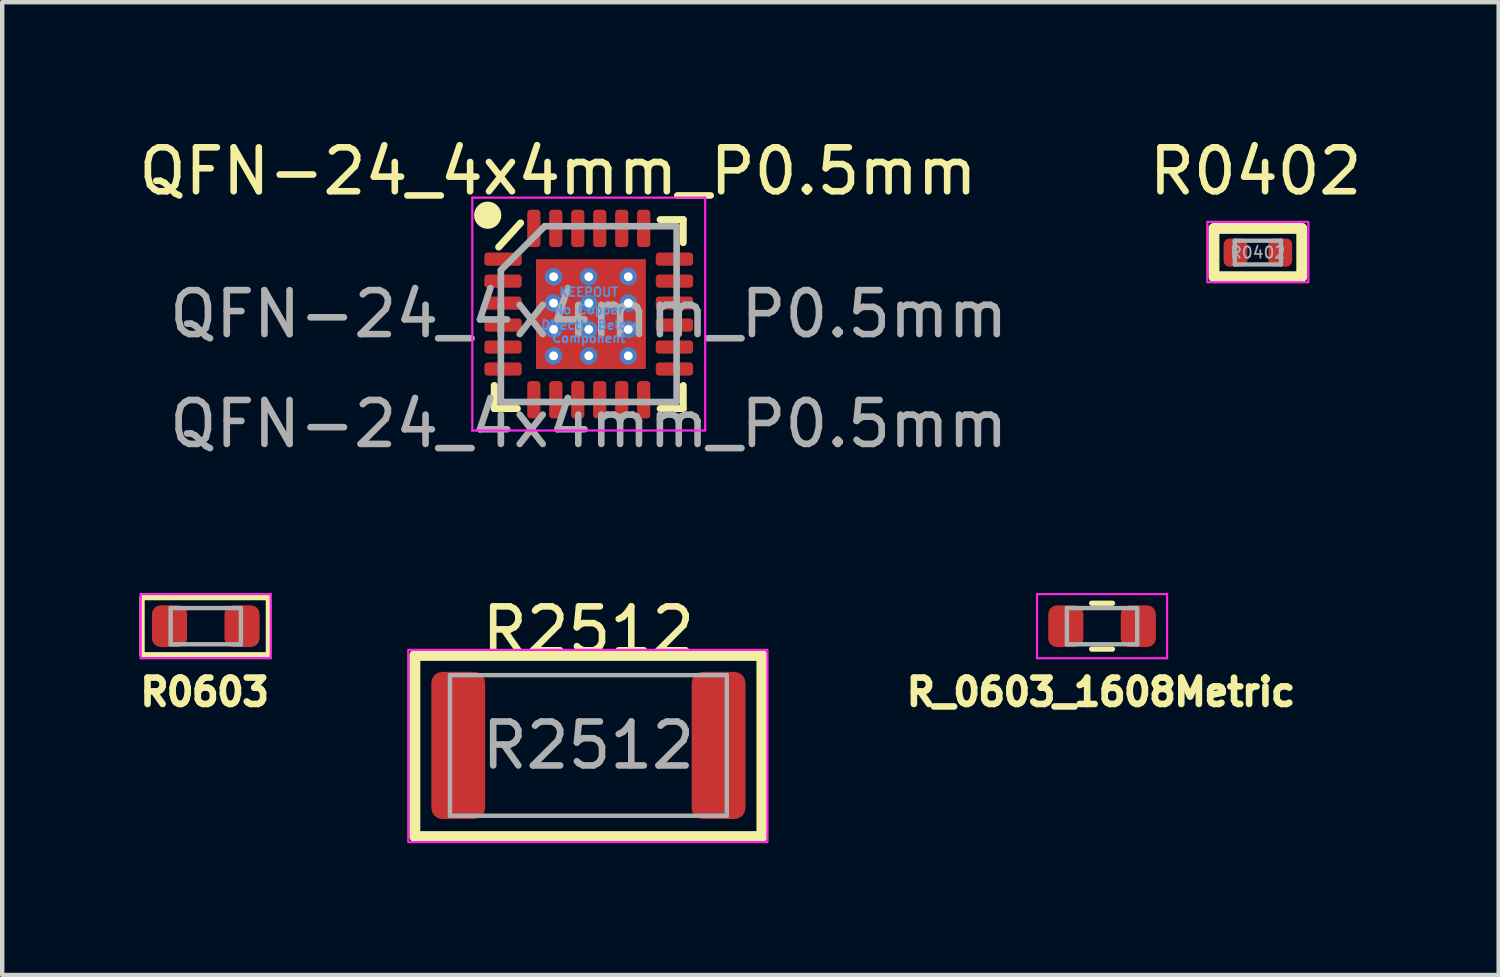
<source format=kicad_pcb>
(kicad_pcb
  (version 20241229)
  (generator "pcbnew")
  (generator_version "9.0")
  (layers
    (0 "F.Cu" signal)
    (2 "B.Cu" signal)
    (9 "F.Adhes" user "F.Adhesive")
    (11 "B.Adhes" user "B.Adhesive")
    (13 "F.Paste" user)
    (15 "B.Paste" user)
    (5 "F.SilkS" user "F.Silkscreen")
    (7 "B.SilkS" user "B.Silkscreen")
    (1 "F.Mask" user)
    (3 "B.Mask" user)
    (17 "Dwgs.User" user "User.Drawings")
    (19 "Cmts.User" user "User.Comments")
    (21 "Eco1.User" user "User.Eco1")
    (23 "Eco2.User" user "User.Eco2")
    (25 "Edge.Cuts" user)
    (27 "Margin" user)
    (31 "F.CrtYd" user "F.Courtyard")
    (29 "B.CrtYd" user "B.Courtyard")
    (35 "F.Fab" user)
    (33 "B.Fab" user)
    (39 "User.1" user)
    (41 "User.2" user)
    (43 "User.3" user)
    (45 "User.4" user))
  (footprint "R0402"
    (layer "F.Cu")
    (at 25.577 2.698)
    (property "Reference" "R0402" (at -0.05 -1.85 0) (layer "F.SilkS") (effects (font (size 1 1) (thickness 0.15))))
    (attr smd)
    (fp_rect (start -1 -0.55) (end 1 0.55) (stroke (width 0.25) (type solid)) (fill no) (layer "F.SilkS"))
    (fp_rect (start -1.15 -0.7) (end 1.15 0.675) (stroke (width 0.05) (type solid)) (fill no) (layer "F.CrtYd"))
    (fp_line (start -0.525 -0.27) (end 0.525 -0.27) (stroke (width 0.1) (type solid)) (layer "F.Fab"))
    (fp_line (start -0.525 0.27) (end -0.525 -0.27) (stroke (width 0.1) (type solid)) (layer "F.Fab"))
    (fp_line (start 0.525 -0.27) (end 0.525 0.27) (stroke (width 0.1) (type solid)) (layer "F.Fab"))
    (fp_line (start 0.525 0.27) (end -0.525 0.27) (stroke (width 0.1) (type solid)) (layer "F.Fab"))
    (fp_text user "${REFERENCE}" (at 0 0 0) (layer "F.Fab") (effects (font (size 0.26 0.26) (thickness 0.04))))
    (pad "1" smd roundrect (at -0.51 0) (size 0.54 0.64) (layers "F.Cu" "F.Mask" "F.Paste") (roundrect_rratio 0.25))
    (pad "2" smd roundrect (at 0.51 0) (size 0.54 0.64) (layers "F.Cu" "F.Mask" "F.Paste") (roundrect_rratio 0.25)))
  (footprint "QFN-24_4x4mm_P0.5mm"
    (layer "F.Cu")
    (at 10.349 4.098)
    (property "Reference" "QFN-24_4x4mm_P0.5mm" (at -0.7 -3.25 0) (unlocked yes) (layer "F.SilkS") (effects (font (size 1 1) (thickness 0.15))))
    (attr smd)
    (fp_line (start -2.15 2.15) (end -2.15 1.625) (stroke (width 0.159) (type solid)) (layer "F.SilkS"))
    (fp_line (start -2.15 2.15) (end -1.625 2.15) (stroke (width 0.159) (type solid)) (layer "F.SilkS"))
    (fp_line (start -2.05 -1.525) (end -1.55 -2.075) (stroke (width 0.159) (type solid)) (layer "F.SilkS"))
    (fp_line (start 2.15 -2.15) (end 1.625 -2.15) (stroke (width 0.159) (type solid)) (layer "F.SilkS"))
    (fp_line (start 2.15 -2.15) (end 2.15 -1.625) (stroke (width 0.159) (type solid)) (layer "F.SilkS"))
    (fp_line (start 2.15 2.15) (end 1.625 2.15) (stroke (width 0.159) (type solid)) (layer "F.SilkS"))
    (fp_line (start 2.15 2.15) (end 2.15 1.625) (stroke (width 0.159) (type solid)) (layer "F.SilkS"))
    (fp_circle (center -2.3 -2.25) (end -2.05 -2.25) (stroke (width 0.12) (type solid)) (fill yes) (layer "F.SilkS"))
    (fp_line (start -2.65 -2.65) (end -2.65 2.65) (stroke (width 0.05) (type solid)) (layer "F.CrtYd"))
    (fp_line (start -2.65 -2.65) (end 2.65 -2.65) (stroke (width 0.05) (type solid)) (layer "F.CrtYd"))
    (fp_line (start -2.65 2.65) (end 2.65 2.65) (stroke (width 0.05) (type solid)) (layer "F.CrtYd"))
    (fp_line (start 2.65 -2.65) (end 2.65 2.65) (stroke (width 0.05) (type solid)) (layer "F.CrtYd"))
    (fp_line (start -2 -1) (end -1 -2) (stroke (width 0.15) (type solid)) (layer "F.Fab"))
    (fp_line (start -2 2) (end -2 -1) (stroke (width 0.15) (type solid)) (layer "F.Fab"))
    (fp_line (start -1 -2) (end 2 -2) (stroke (width 0.15) (type solid)) (layer "F.Fab"))
    (fp_line (start 2 -2) (end 2 2) (stroke (width 0.15) (type solid)) (layer "F.Fab"))
    (fp_line (start 2 2) (end -2 2) (stroke (width 0.15) (type solid)) (layer "F.Fab"))
    (fp_text user "Directly Below" (at 0 0.25 0) (layer "Cmts.User") (effects (font (size 0.2 0.2) (thickness 0.04))))
    (fp_text user "KEEPOUT" (at 0 -0.5 0) (layer "Cmts.User") (effects (font (size 0.2 0.2) (thickness 0.04))))
    (fp_text user "Component" (at 0 0.55 0) (layer "Cmts.User") (effects (font (size 0.2 0.2) (thickness 0.04))))
    (fp_text user "No Copper" (at 0 -0.1 0) (layer "Cmts.User") (effects (font (size 0.2 0.2) (thickness 0.04))))
    (fp_text user "${REFERENCE}" (at 0 0 0) (layer "F.Fab") (effects (font (size 1 1) (thickness 0.15))))
    (fp_text user "${REFERENCE}" (at 0 2.5 0) (unlocked yes) (layer "F.Fab") (effects (font (size 1 1) (thickness 0.15))))
    (pad "1" smd roundrect (at -1.95 -1.25) (size 0.85 0.3) (layers "F.Cu" "F.Mask" "F.Paste") (roundrect_rratio 0.25))
    (pad "2" smd roundrect (at -1.95 -0.75) (size 0.85 0.3) (layers "F.Cu" "F.Mask" "F.Paste") (roundrect_rratio 0.25))
    (pad "3" smd roundrect (at -1.95 -0.25) (size 0.85 0.3) (layers "F.Cu" "F.Mask" "F.Paste") (roundrect_rratio 0.25))
    (pad "4" smd roundrect (at -1.95 0.25) (size 0.85 0.3) (layers "F.Cu" "F.Mask" "F.Paste") (roundrect_rratio 0.25))
    (pad "5" smd roundrect (at -1.95 0.75) (size 0.85 0.3) (layers "F.Cu" "F.Mask" "F.Paste") (roundrect_rratio 0.25))
    (pad "6" smd roundrect (at -1.95 1.25) (size 0.85 0.3) (layers "F.Cu" "F.Mask" "F.Paste") (roundrect_rratio 0.25))
    (pad "7" smd roundrect (at -1.25 1.95 90) (size 0.85 0.3) (layers "F.Cu" "F.Mask" "F.Paste") (roundrect_rratio 0.25))
    (pad "8" smd roundrect (at -0.75 1.95 90) (size 0.85 0.3) (layers "F.Cu" "F.Mask" "F.Paste") (roundrect_rratio 0.25))
    (pad "9" smd roundrect (at -0.25 1.95 90) (size 0.85 0.3) (layers "F.Cu" "F.Mask" "F.Paste") (roundrect_rratio 0.25))
    (pad "10" smd roundrect (at 0.25 1.95 90) (size 0.85 0.3) (layers "F.Cu" "F.Mask" "F.Paste") (roundrect_rratio 0.25))
    (pad "11" smd roundrect (at 0.75 1.95 90) (size 0.85 0.3) (layers "F.Cu" "F.Mask" "F.Paste") (roundrect_rratio 0.25))
    (pad "12" smd roundrect (at 1.25 1.95 90) (size 0.85 0.3) (layers "F.Cu" "F.Mask" "F.Paste") (roundrect_rratio 0.25))
    (pad "13" smd roundrect (at 1.95 1.25) (size 0.85 0.3) (layers "F.Cu" "F.Mask" "F.Paste") (roundrect_rratio 0.25))
    (pad "14" smd roundrect (at 1.95 0.75) (size 0.85 0.3) (layers "F.Cu" "F.Mask" "F.Paste") (roundrect_rratio 0.25))
    (pad "15" smd roundrect (at 1.95 0.25) (size 0.85 0.3) (layers "F.Cu" "F.Mask" "F.Paste") (roundrect_rratio 0.25))
    (pad "16" smd roundrect (at 1.95 -0.25) (size 0.85 0.3) (layers "F.Cu" "F.Mask" "F.Paste") (roundrect_rratio 0.25))
    (pad "17" smd roundrect (at 1.95 -0.75) (size 0.85 0.3) (layers "F.Cu" "F.Mask" "F.Paste") (roundrect_rratio 0.25))
    (pad "18" smd roundrect (at 1.95 -1.25) (size 0.85 0.3) (layers "F.Cu" "F.Mask" "F.Paste") (roundrect_rratio 0.25))
    (pad "19" smd roundrect (at 1.25 -1.95 90) (size 0.85 0.3) (layers "F.Cu" "F.Mask" "F.Paste") (roundrect_rratio 0.25))
    (pad "20" smd roundrect (at 0.75 -1.95 90) (size 0.85 0.3) (layers "F.Cu" "F.Mask" "F.Paste") (roundrect_rratio 0.25))
    (pad "21" smd roundrect (at 0.25 -1.95 90) (size 0.85 0.3) (layers "F.Cu" "F.Mask" "F.Paste") (roundrect_rratio 0.25))
    (pad "22" smd roundrect (at -0.25 -1.95 90) (size 0.85 0.3) (layers "F.Cu" "F.Mask" "F.Paste") (roundrect_rratio 0.25))
    (pad "23" smd roundrect (at -0.75 -1.95 90) (size 0.85 0.3) (layers "F.Cu" "F.Mask" "F.Paste") (roundrect_rratio 0.25))
    (pad "24" smd roundrect (at -1.25 -1.95 90) (size 0.85 0.3) (layers "F.Cu" "F.Mask" "F.Paste") (roundrect_rratio 0.25))
    (pad "25" thru_hole circle (at -0.8 -0.85) (size 0.4 0.4) (drill 0.2) (layers "*.Cu" "*.Mask"))
    (pad "25" thru_hole circle (at -0.8 -0.25) (size 0.4 0.4) (drill 0.2) (layers "*.Cu" "*.Mask"))
    (pad "25" thru_hole circle (at -0.8 0.35) (size 0.4 0.4) (drill 0.2) (layers "*.Cu" "*.Mask"))
    (pad "25" thru_hole circle (at -0.8 0.95) (size 0.4 0.4) (drill 0.2) (layers "*.Cu" "*.Mask"))
    (pad "25" thru_hole circle (at 0 -0.85) (size 0.4 0.4) (drill 0.2) (layers "*.Cu" "*.Mask"))
    (pad "25" thru_hole circle (at 0 -0.25) (size 0.4 0.4) (drill 0.2) (layers "*.Cu" "*.Mask"))
    (pad "25" thru_hole circle (at 0 0.35) (size 0.4 0.4) (drill 0.2) (layers "*.Cu" "*.Mask"))
    (pad "25" thru_hole circle (at 0 0.95) (size 0.4 0.4) (drill 0.2) (layers "*.Cu" "*.Mask"))
    (pad "25" smd rect (at 0.05 0) (size 2.5 2.5) (layers "F.Cu" "F.Mask" "F.Paste"))
    (pad "25" thru_hole circle (at 0.9 -0.85) (size 0.4 0.4) (drill 0.2) (layers "*.Cu" "*.Mask"))
    (pad "25" thru_hole circle (at 0.9 -0.25) (size 0.4 0.4) (drill 0.2) (layers "*.Cu" "*.Mask"))
    (pad "25" thru_hole circle (at 0.9 0.35) (size 0.4 0.4) (drill 0.2) (layers "*.Cu" "*.Mask"))
    (pad "25" thru_hole circle (at 0.9 0.95) (size 0.4 0.4) (drill 0.2) (layers "*.Cu" "*.Mask")))
  (footprint "R2512"
    (layer "F.Cu")
    (at 10.341 13.915)
    (property "Reference" "R2512" (at 0 -2.62 0) (layer "F.SilkS") (effects (font (size 1 1) (thickness 0.15))))
    (attr smd)
    (fp_rect (start -3.95 -2.05) (end 3.95 2.075) (stroke (width 0.25) (type solid)) (fill no) (layer "F.SilkS"))
    (fp_rect (start 4.075 -2.175) (end -4.1 2.2) (stroke (width 0.05) (type solid)) (fill no) (layer "F.CrtYd"))
    (fp_line (start -3.15 -1.6) (end 3.15 -1.6) (stroke (width 0.1) (type solid)) (layer "F.Fab"))
    (fp_line (start -3.15 1.6) (end -3.15 -1.6) (stroke (width 0.1) (type solid)) (layer "F.Fab"))
    (fp_line (start 3.15 -1.6) (end 3.15 1.6) (stroke (width 0.1) (type solid)) (layer "F.Fab"))
    (fp_line (start 3.15 1.6) (end -3.15 1.6) (stroke (width 0.1) (type solid)) (layer "F.Fab"))
    (fp_text user "${REFERENCE}" (at 0 0 0) (layer "F.Fab") (effects (font (size 1 1) (thickness 0.15))))
    (pad "1" smd roundrect (at -2.962 0) (size 1.225 3.35) (layers "F.Cu" "F.Mask" "F.Paste") (roundrect_rratio 0.204))
    (pad "2" smd roundrect (at 2.962 0) (size 1.225 3.35) (layers "F.Cu" "F.Mask" "F.Paste") (roundrect_rratio 0.204)))
  (footprint "R_0603_1608Metric"
    (layer "F.Cu")
    (at 22.031 11.201)
    (property "Reference" "R_0603_1608Metric" (at -0.025 1.5 0) (layer "F.SilkS") (effects (font (size 0.6 0.6) (thickness 0.15))))
    (attr smd)
    (fp_line (start -0.237 -0.522) (end 0.237 -0.522) (stroke (width 0.12) (type solid)) (layer "F.SilkS"))
    (fp_line (start -0.237 0.522) (end 0.237 0.522) (stroke (width 0.12) (type solid)) (layer "F.SilkS"))
    (fp_line (start -1.48 -0.73) (end 1.48 -0.73) (stroke (width 0.05) (type solid)) (layer "F.CrtYd"))
    (fp_line (start -1.48 0.73) (end -1.48 -0.73) (stroke (width 0.05) (type solid)) (layer "F.CrtYd"))
    (fp_line (start 1.48 -0.73) (end 1.48 0.73) (stroke (width 0.05) (type solid)) (layer "F.CrtYd"))
    (fp_line (start 1.48 0.73) (end -1.48 0.73) (stroke (width 0.05) (type solid)) (layer "F.CrtYd"))
    (fp_line (start -0.8 -0.412) (end 0.8 -0.412) (stroke (width 0.1) (type solid)) (layer "F.Fab"))
    (fp_line (start -0.8 0.412) (end -0.8 -0.412) (stroke (width 0.1) (type solid)) (layer "F.Fab"))
    (fp_line (start 0.8 -0.412) (end 0.8 0.412) (stroke (width 0.1) (type solid)) (layer "F.Fab"))
    (fp_line (start 0.8 0.412) (end -0.8 0.412) (stroke (width 0.1) (type solid)) (layer "F.Fab"))
    (pad "1" smd roundrect (at -0.825 0) (size 0.8 0.95) (layers "F.Cu" "F.Mask" "F.Paste") (roundrect_rratio 0.25))
    (pad "2" smd roundrect (at 0.825 0) (size 0.8 0.95) (layers "F.Cu" "F.Mask" "F.Paste") (roundrect_rratio 0.25)))
  (footprint "R0603"
    (layer "F.Cu")
    (at 1.633 11.201)
    (property "Reference" "R0603" (at -0.025 1.5 0) (layer "F.SilkS") (effects (font (size 0.6 0.6) (thickness 0.15))))
    (attr smd)
    (fp_rect (start -1.45 -0.65) (end 1.425 0.65) (stroke (width 0.12) (type solid)) (fill no) (layer "F.SilkS"))
    (fp_line (start -1.48 -0.73) (end 1.48 -0.73) (stroke (width 0.05) (type solid)) (layer "F.CrtYd"))
    (fp_line (start -1.48 0.73) (end -1.48 -0.73) (stroke (width 0.05) (type solid)) (layer "F.CrtYd"))
    (fp_line (start 1.48 -0.73) (end 1.48 0.73) (stroke (width 0.05) (type solid)) (layer "F.CrtYd"))
    (fp_line (start 1.48 0.73) (end -1.48 0.73) (stroke (width 0.05) (type solid)) (layer "F.CrtYd"))
    (fp_line (start -0.8 -0.412) (end 0.8 -0.412) (stroke (width 0.1) (type solid)) (layer "F.Fab"))
    (fp_line (start -0.8 0.412) (end -0.8 -0.412) (stroke (width 0.1) (type solid)) (layer "F.Fab"))
    (fp_line (start 0.8 -0.412) (end 0.8 0.412) (stroke (width 0.1) (type solid)) (layer "F.Fab"))
    (fp_line (start 0.8 0.412) (end -0.8 0.412) (stroke (width 0.1) (type solid)) (layer "F.Fab"))
    (pad "1" smd roundrect (at -0.825 0) (size 0.8 0.95) (layers "F.Cu" "F.Mask" "F.Paste") (roundrect_rratio 0.25))
    (pad "2" smd roundrect (at 0.825 0) (size 0.8 0.95) (layers "F.Cu" "F.Mask" "F.Paste") (roundrect_rratio 0.25)))
  (gr_rect
    (start -3 -3)
    (end 31.057 19.14)
    (stroke (width 0.1) (type default))
    (fill no)
    (layer "Edge.Cuts")))
</source>
